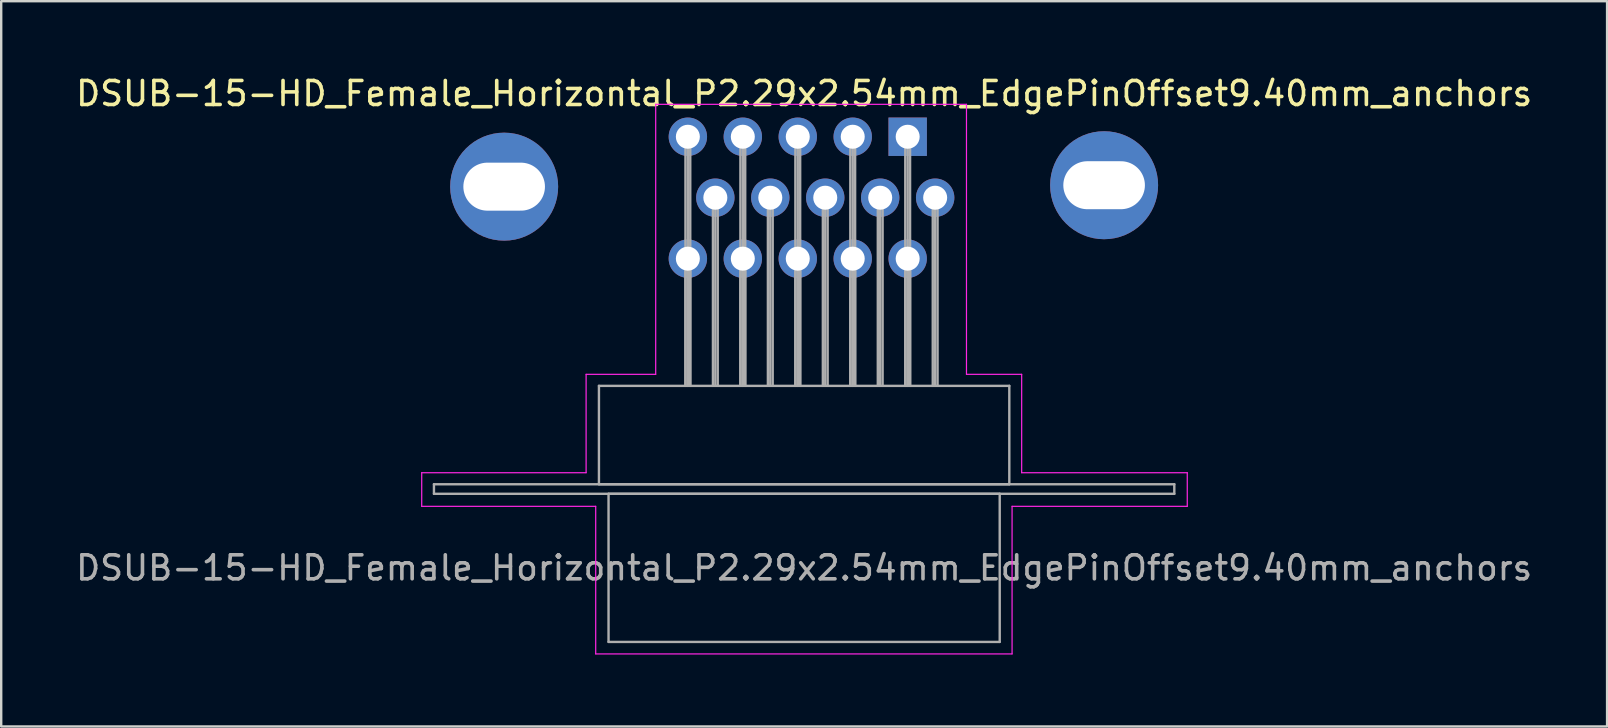
<source format=kicad_pcb>
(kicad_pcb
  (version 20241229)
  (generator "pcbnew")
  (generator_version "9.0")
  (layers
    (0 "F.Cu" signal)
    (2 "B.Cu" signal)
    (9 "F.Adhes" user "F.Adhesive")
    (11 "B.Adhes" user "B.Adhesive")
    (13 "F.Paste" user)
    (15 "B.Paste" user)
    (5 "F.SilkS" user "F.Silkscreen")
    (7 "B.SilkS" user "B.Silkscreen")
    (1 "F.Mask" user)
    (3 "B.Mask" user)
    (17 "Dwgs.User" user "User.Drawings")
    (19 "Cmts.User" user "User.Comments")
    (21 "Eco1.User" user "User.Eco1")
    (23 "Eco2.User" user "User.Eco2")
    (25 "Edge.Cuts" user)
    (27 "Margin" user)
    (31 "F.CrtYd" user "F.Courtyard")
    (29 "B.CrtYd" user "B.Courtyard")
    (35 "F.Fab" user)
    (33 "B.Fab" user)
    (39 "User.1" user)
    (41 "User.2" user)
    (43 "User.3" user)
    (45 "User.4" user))
  (footprint "DSUB-15-HD_Female_Horizontal_P2.29x2.54mm_EdgePinOffset9.40mm_anchors"
    (layer "F.Cu")
    (at 34.773 2.648)
    (property "Reference" "DSUB-15-HD_Female_Horizontal_P2.29x2.54mm_EdgePinOffset9.40mm_anchors" (at -4.315 -1.8 0) (layer "F.SilkS") (effects (font (size 1 1) (thickness 0.15))))
    (attr through_hole)
    (fp_line (start -20.25 14) (end -13.4 14) (stroke (width 0.05) (type solid)) (layer "F.CrtYd"))
    (fp_line (start -20.25 15.4) (end -20.25 14) (stroke (width 0.05) (type solid)) (layer "F.CrtYd"))
    (fp_line (start -13.4 9.9) (end -10.5 9.9) (stroke (width 0.05) (type solid)) (layer "F.CrtYd"))
    (fp_line (start -13.4 14) (end -13.4 9.9) (stroke (width 0.05) (type solid)) (layer "F.CrtYd"))
    (fp_line (start -13 15.4) (end -20.25 15.4) (stroke (width 0.05) (type solid)) (layer "F.CrtYd"))
    (fp_line (start -13 21.55) (end -13 15.4) (stroke (width 0.05) (type solid)) (layer "F.CrtYd"))
    (fp_line (start -10.5 -1.35) (end 2.45 -1.35) (stroke (width 0.05) (type solid)) (layer "F.CrtYd"))
    (fp_line (start -10.5 9.9) (end -10.5 -1.35) (stroke (width 0.05) (type solid)) (layer "F.CrtYd"))
    (fp_line (start 2.45 -1.35) (end 2.45 9.9) (stroke (width 0.05) (type solid)) (layer "F.CrtYd"))
    (fp_line (start 2.45 9.9) (end 4.75 9.9) (stroke (width 0.05) (type solid)) (layer "F.CrtYd"))
    (fp_line (start 4.35 15.4) (end 4.35 21.55) (stroke (width 0.05) (type solid)) (layer "F.CrtYd"))
    (fp_line (start 4.35 21.55) (end -13 21.55) (stroke (width 0.05) (type solid)) (layer "F.CrtYd"))
    (fp_line (start 4.75 9.9) (end 4.75 14) (stroke (width 0.05) (type solid)) (layer "F.CrtYd"))
    (fp_line (start 4.75 14) (end 11.65 14) (stroke (width 0.05) (type solid)) (layer "F.CrtYd"))
    (fp_line (start 11.65 14) (end 11.65 15.4) (stroke (width 0.05) (type solid)) (layer "F.CrtYd"))
    (fp_line (start 11.65 15.4) (end 4.35 15.4) (stroke (width 0.05) (type solid)) (layer "F.CrtYd"))
    (fp_line (start -19.74 14.48) (end -19.74 14.88) (stroke (width 0.1) (type solid)) (layer "F.Fab"))
    (fp_line (start -19.74 14.88) (end 11.11 14.88) (stroke (width 0.1) (type solid)) (layer "F.Fab"))
    (fp_line (start -12.865 10.38) (end -12.865 14.48) (stroke (width 0.1) (type solid)) (layer "F.Fab"))
    (fp_line (start -12.865 14.48) (end 4.235 14.48) (stroke (width 0.1) (type solid)) (layer "F.Fab"))
    (fp_line (start -12.465 14.88) (end -12.465 21.05) (stroke (width 0.1) (type solid)) (layer "F.Fab"))
    (fp_line (start -12.465 21.05) (end 3.835 21.05) (stroke (width 0.1) (type solid)) (layer "F.Fab"))
    (fp_line (start -9.26 0) (end -9.26 10.38) (stroke (width 0.1) (type solid)) (layer "F.Fab"))
    (fp_line (start -9.26 5.08) (end -9.26 10.38) (stroke (width 0.1) (type solid)) (layer "F.Fab"))
    (fp_line (start -9.16 0) (end -9.16 10.38) (stroke (width 0.1) (type solid)) (layer "F.Fab"))
    (fp_line (start -9.16 5.08) (end -9.16 10.38) (stroke (width 0.1) (type solid)) (layer "F.Fab"))
    (fp_line (start -9.06 0) (end -9.06 10.38) (stroke (width 0.1) (type solid)) (layer "F.Fab"))
    (fp_line (start -9.06 5.08) (end -9.06 10.38) (stroke (width 0.1) (type solid)) (layer "F.Fab"))
    (fp_line (start -8.115 2.54) (end -8.115 10.38) (stroke (width 0.1) (type solid)) (layer "F.Fab"))
    (fp_line (start -8.015 2.54) (end -8.015 10.38) (stroke (width 0.1) (type solid)) (layer "F.Fab"))
    (fp_line (start -7.915 2.54) (end -7.915 10.38) (stroke (width 0.1) (type solid)) (layer "F.Fab"))
    (fp_line (start -6.97 0) (end -6.97 10.38) (stroke (width 0.1) (type solid)) (layer "F.Fab"))
    (fp_line (start -6.97 5.08) (end -6.97 10.38) (stroke (width 0.1) (type solid)) (layer "F.Fab"))
    (fp_line (start -6.87 0) (end -6.87 10.38) (stroke (width 0.1) (type solid)) (layer "F.Fab"))
    (fp_line (start -6.87 5.08) (end -6.87 10.38) (stroke (width 0.1) (type solid)) (layer "F.Fab"))
    (fp_line (start -6.77 0) (end -6.77 10.38) (stroke (width 0.1) (type solid)) (layer "F.Fab"))
    (fp_line (start -6.77 5.08) (end -6.77 10.38) (stroke (width 0.1) (type solid)) (layer "F.Fab"))
    (fp_line (start -5.825 2.54) (end -5.825 10.38) (stroke (width 0.1) (type solid)) (layer "F.Fab"))
    (fp_line (start -5.725 2.54) (end -5.725 10.38) (stroke (width 0.1) (type solid)) (layer "F.Fab"))
    (fp_line (start -5.625 2.54) (end -5.625 10.38) (stroke (width 0.1) (type solid)) (layer "F.Fab"))
    (fp_line (start -4.68 0) (end -4.68 10.38) (stroke (width 0.1) (type solid)) (layer "F.Fab"))
    (fp_line (start -4.68 5.08) (end -4.68 10.38) (stroke (width 0.1) (type solid)) (layer "F.Fab"))
    (fp_line (start -4.58 0) (end -4.58 10.38) (stroke (width 0.1) (type solid)) (layer "F.Fab"))
    (fp_line (start -4.58 5.08) (end -4.58 10.38) (stroke (width 0.1) (type solid)) (layer "F.Fab"))
    (fp_line (start -4.48 0) (end -4.48 10.38) (stroke (width 0.1) (type solid)) (layer "F.Fab"))
    (fp_line (start -4.48 5.08) (end -4.48 10.38) (stroke (width 0.1) (type solid)) (layer "F.Fab"))
    (fp_line (start -3.535 2.54) (end -3.535 10.38) (stroke (width 0.1) (type solid)) (layer "F.Fab"))
    (fp_line (start -3.435 2.54) (end -3.435 10.38) (stroke (width 0.1) (type solid)) (layer "F.Fab"))
    (fp_line (start -3.335 2.54) (end -3.335 10.38) (stroke (width 0.1) (type solid)) (layer "F.Fab"))
    (fp_line (start -2.39 0) (end -2.39 10.38) (stroke (width 0.1) (type solid)) (layer "F.Fab"))
    (fp_line (start -2.39 5.08) (end -2.39 10.38) (stroke (width 0.1) (type solid)) (layer "F.Fab"))
    (fp_line (start -2.29 0) (end -2.29 10.38) (stroke (width 0.1) (type solid)) (layer "F.Fab"))
    (fp_line (start -2.29 5.08) (end -2.29 10.38) (stroke (width 0.1) (type solid)) (layer "F.Fab"))
    (fp_line (start -2.19 0) (end -2.19 10.38) (stroke (width 0.1) (type solid)) (layer "F.Fab"))
    (fp_line (start -2.19 5.08) (end -2.19 10.38) (stroke (width 0.1) (type solid)) (layer "F.Fab"))
    (fp_line (start -1.245 2.54) (end -1.245 10.38) (stroke (width 0.1) (type solid)) (layer "F.Fab"))
    (fp_line (start -1.145 2.54) (end -1.145 10.38) (stroke (width 0.1) (type solid)) (layer "F.Fab"))
    (fp_line (start -1.045 2.54) (end -1.045 10.38) (stroke (width 0.1) (type solid)) (layer "F.Fab"))
    (fp_line (start -0.1 0) (end -0.1 10.38) (stroke (width 0.1) (type solid)) (layer "F.Fab"))
    (fp_line (start -0.1 5.08) (end -0.1 10.38) (stroke (width 0.1) (type solid)) (layer "F.Fab"))
    (fp_line (start 0 0) (end 0 10.38) (stroke (width 0.1) (type solid)) (layer "F.Fab"))
    (fp_line (start 0 5.08) (end 0 10.38) (stroke (width 0.1) (type solid)) (layer "F.Fab"))
    (fp_line (start 0.1 0) (end 0.1 10.38) (stroke (width 0.1) (type solid)) (layer "F.Fab"))
    (fp_line (start 0.1 5.08) (end 0.1 10.38) (stroke (width 0.1) (type solid)) (layer "F.Fab"))
    (fp_line (start 1.045 2.54) (end 1.045 10.38) (stroke (width 0.1) (type solid)) (layer "F.Fab"))
    (fp_line (start 1.145 2.54) (end 1.145 10.38) (stroke (width 0.1) (type solid)) (layer "F.Fab"))
    (fp_line (start 1.245 2.54) (end 1.245 10.38) (stroke (width 0.1) (type solid)) (layer "F.Fab"))
    (fp_line (start 3.835 14.88) (end -12.465 14.88) (stroke (width 0.1) (type solid)) (layer "F.Fab"))
    (fp_line (start 3.835 21.05) (end 3.835 14.88) (stroke (width 0.1) (type solid)) (layer "F.Fab"))
    (fp_line (start 4.235 10.38) (end -12.865 10.38) (stroke (width 0.1) (type solid)) (layer "F.Fab"))
    (fp_line (start 4.235 14.48) (end 4.235 10.38) (stroke (width 0.1) (type solid)) (layer "F.Fab"))
    (fp_line (start 11.11 14.48) (end -19.74 14.48) (stroke (width 0.1) (type solid)) (layer "F.Fab"))
    (fp_line (start 11.11 14.88) (end 11.11 14.48) (stroke (width 0.1) (type solid)) (layer "F.Fab"))
    (fp_text user "${REFERENCE}" (at -4.315 17.965 0) (layer "F.Fab") (effects (font (size 1 1) (thickness 0.15))))
    (pad "1" thru_hole rect (at 0 0) (size 1.6 1.6) (drill 1) (layers "*.Cu" "*.Mask"))
    (pad "2" thru_hole circle (at -2.29 0) (size 1.6 1.6) (drill 1) (layers "*.Cu" "*.Mask"))
    (pad "3" thru_hole circle (at -4.58 0) (size 1.6 1.6) (drill 1) (layers "*.Cu" "*.Mask"))
    (pad "4" thru_hole circle (at -6.87 0) (size 1.6 1.6) (drill 1) (layers "*.Cu" "*.Mask"))
    (pad "5" thru_hole circle (at -9.16 0) (size 1.6 1.6) (drill 1) (layers "*.Cu" "*.Mask"))
    (pad "6" thru_hole circle (at 1.145 2.54) (size 1.6 1.6) (drill 1) (layers "*.Cu" "*.Mask"))
    (pad "7" thru_hole circle (at -1.145 2.54) (size 1.6 1.6) (drill 1) (layers "*.Cu" "*.Mask"))
    (pad "8" thru_hole circle (at -3.435 2.54) (size 1.6 1.6) (drill 1) (layers "*.Cu" "*.Mask"))
    (pad "9" thru_hole circle (at -5.725 2.54) (size 1.6 1.6) (drill 1) (layers "*.Cu" "*.Mask"))
    (pad "10" thru_hole circle (at -8.015 2.54) (size 1.6 1.6) (drill 1) (layers "*.Cu" "*.Mask"))
    (pad "11" thru_hole circle (at 0 5.08) (size 1.6 1.6) (drill 1) (layers "*.Cu" "*.Mask"))
    (pad "12" thru_hole circle (at -2.29 5.08) (size 1.6 1.6) (drill 1) (layers "*.Cu" "*.Mask"))
    (pad "13" thru_hole circle (at -4.58 5.08) (size 1.6 1.6) (drill 1) (layers "*.Cu" "*.Mask"))
    (pad "14" thru_hole circle (at -6.87 5.08) (size 1.6 1.6) (drill 1) (layers "*.Cu" "*.Mask"))
    (pad "15" thru_hole circle (at -9.16 5.08) (size 1.6 1.6) (drill 1) (layers "*.Cu" "*.Mask"))
    (pad "16" thru_hole circle (at -16.815 2.08) (size 4.5 4.5) (drill oval 3.4 2) (layers "*.Cu" "*.Mask"))
    (pad "17" thru_hole circle (at 8.185 2.02) (size 4.5 4.5) (drill oval 3.4 2) (layers "*.Cu" "*.Mask")))
  (gr_rect
    (start -3 -3)
    (end 63.917 27.223)
    (stroke (width 0.1) (type default))
    (fill no)
    (layer "Edge.Cuts")))
</source>
